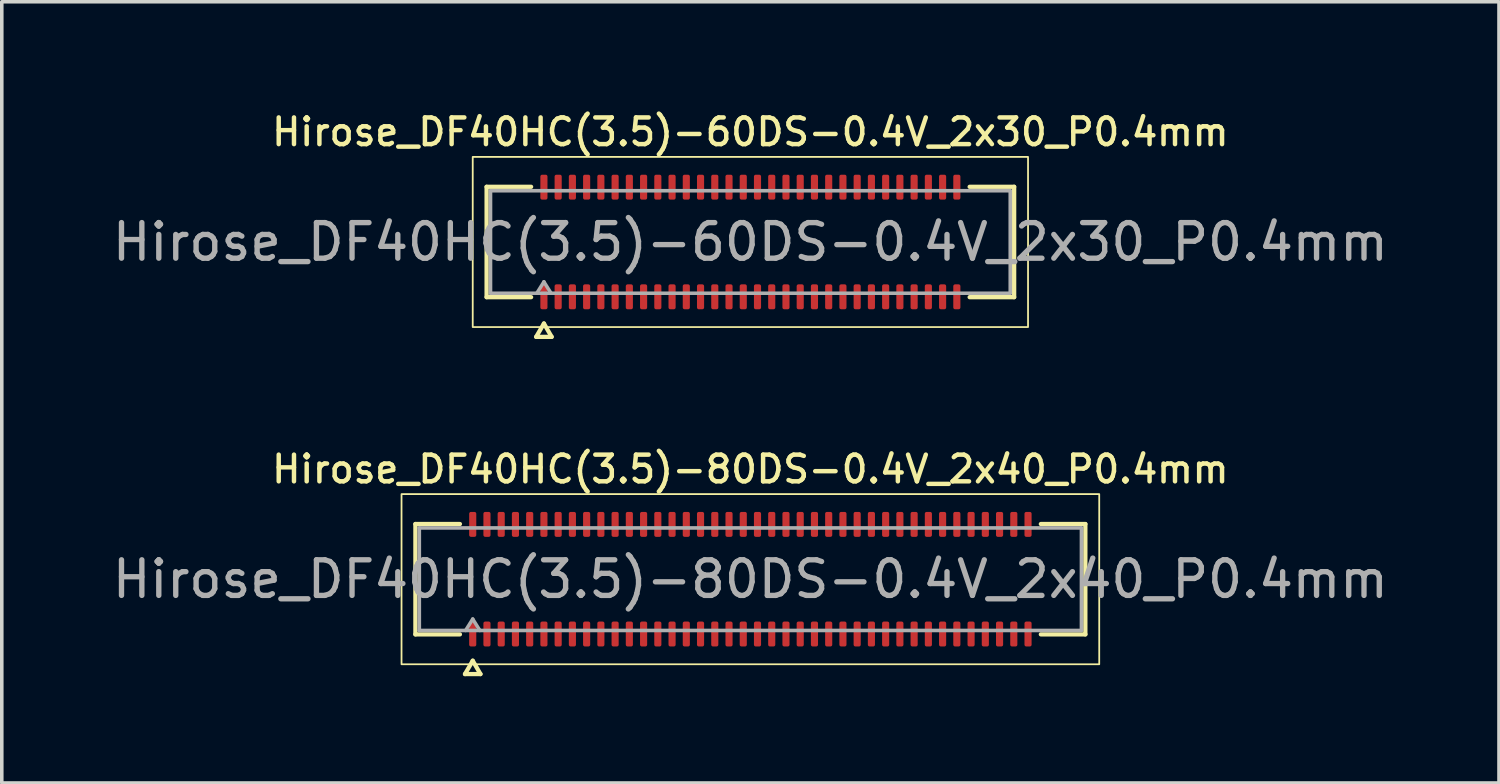
<source format=kicad_pcb>
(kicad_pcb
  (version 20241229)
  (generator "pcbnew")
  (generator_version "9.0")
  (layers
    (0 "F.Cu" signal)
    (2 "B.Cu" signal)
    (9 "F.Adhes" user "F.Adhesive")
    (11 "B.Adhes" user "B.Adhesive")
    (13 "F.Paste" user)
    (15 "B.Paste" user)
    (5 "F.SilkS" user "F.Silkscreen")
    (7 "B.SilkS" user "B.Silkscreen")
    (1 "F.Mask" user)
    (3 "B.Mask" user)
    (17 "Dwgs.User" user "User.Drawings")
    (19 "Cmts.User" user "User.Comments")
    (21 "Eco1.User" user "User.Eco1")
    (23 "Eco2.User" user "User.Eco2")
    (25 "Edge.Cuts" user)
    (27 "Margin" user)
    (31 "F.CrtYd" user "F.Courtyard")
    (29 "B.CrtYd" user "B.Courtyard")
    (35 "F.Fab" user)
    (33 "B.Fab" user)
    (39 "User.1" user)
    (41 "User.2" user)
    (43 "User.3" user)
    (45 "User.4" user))
  (footprint "Hirose_DF40HC(3.5)-60DS-0.4V_2x30_P0.4mm"
    (layer "F.Cu")
    (at 18.03 3.748)
    (property "Reference" "Hirose_DF40HC(3.5)-60DS-0.4V_2x30_P0.4mm" (at 0 -3.09 0) (layer "F.SilkS") (effects (font (size 0.75 0.75) (thickness 0.125))))
    (attr smd)
    (fp_line (start -7.41 -1.55) (end -6.16 -1.55) (stroke (width 0.12) (type solid)) (layer "F.SilkS"))
    (fp_line (start -7.41 1.55) (end -7.41 -1.55) (stroke (width 0.12) (type solid)) (layer "F.SilkS"))
    (fp_line (start -6.16 1.55) (end -7.41 1.55) (stroke (width 0.12) (type solid)) (layer "F.SilkS"))
    (fp_line (start -6.017 2.665) (end -5.8 2.29) (stroke (width 0.12) (type solid)) (layer "F.SilkS"))
    (fp_line (start -5.8 2.29) (end -5.583 2.665) (stroke (width 0.12) (type solid)) (layer "F.SilkS"))
    (fp_line (start -5.583 2.665) (end -6.017 2.665) (stroke (width 0.12) (type solid)) (layer "F.SilkS"))
    (fp_line (start 6.16 -1.55) (end 7.41 -1.55) (stroke (width 0.12) (type solid)) (layer "F.SilkS"))
    (fp_line (start 7.41 -1.55) (end 7.41 1.55) (stroke (width 0.12) (type solid)) (layer "F.SilkS"))
    (fp_line (start 7.41 1.55) (end 6.16 1.55) (stroke (width 0.12) (type solid)) (layer "F.SilkS"))
    (fp_rect (start -7.8 -2.39) (end 7.8 2.39) (stroke (width 0.05) (type solid)) (fill no) (layer "F.SilkS"))
    (fp_line (start -7.3 -1.44) (end 7.3 -1.44) (stroke (width 0.1) (type solid)) (layer "F.Fab"))
    (fp_line (start -7.3 1.44) (end -7.3 -1.44) (stroke (width 0.1) (type solid)) (layer "F.Fab"))
    (fp_line (start -6 1.44) (end -5.8 1.12) (stroke (width 0.1) (type solid)) (layer "F.Fab"))
    (fp_line (start -5.8 1.12) (end -5.6 1.44) (stroke (width 0.1) (type solid)) (layer "F.Fab"))
    (fp_line (start 7.3 -1.44) (end 7.3 1.44) (stroke (width 0.1) (type solid)) (layer "F.Fab"))
    (fp_line (start 7.3 1.44) (end -7.3 1.44) (stroke (width 0.1) (type solid)) (layer "F.Fab"))
    (fp_text user "${REFERENCE}" (at 0 0 0) (layer "F.Fab") (effects (font (size 1 1) (thickness 0.15))))
    (pad "1" smd roundrect (at -5.8 1.54) (size 0.2 0.7) (layers "F.Cu" "F.Mask" "F.Paste") (roundrect_rratio 0.25))
    (pad "2" smd roundrect (at -5.8 -1.54) (size 0.2 0.7) (layers "F.Cu" "F.Mask" "F.Paste") (roundrect_rratio 0.25))
    (pad "3" smd roundrect (at -5.4 1.54) (size 0.2 0.7) (layers "F.Cu" "F.Mask" "F.Paste") (roundrect_rratio 0.25))
    (pad "4" smd roundrect (at -5.4 -1.54) (size 0.2 0.7) (layers "F.Cu" "F.Mask" "F.Paste") (roundrect_rratio 0.25))
    (pad "5" smd roundrect (at -5 1.54) (size 0.2 0.7) (layers "F.Cu" "F.Mask" "F.Paste") (roundrect_rratio 0.25))
    (pad "6" smd roundrect (at -5 -1.54) (size 0.2 0.7) (layers "F.Cu" "F.Mask" "F.Paste") (roundrect_rratio 0.25))
    (pad "7" smd roundrect (at -4.6 1.54) (size 0.2 0.7) (layers "F.Cu" "F.Mask" "F.Paste") (roundrect_rratio 0.25))
    (pad "8" smd roundrect (at -4.6 -1.54) (size 0.2 0.7) (layers "F.Cu" "F.Mask" "F.Paste") (roundrect_rratio 0.25))
    (pad "9" smd roundrect (at -4.2 1.54) (size 0.2 0.7) (layers "F.Cu" "F.Mask" "F.Paste") (roundrect_rratio 0.25))
    (pad "10" smd roundrect (at -4.2 -1.54) (size 0.2 0.7) (layers "F.Cu" "F.Mask" "F.Paste") (roundrect_rratio 0.25))
    (pad "11" smd roundrect (at -3.8 1.54) (size 0.2 0.7) (layers "F.Cu" "F.Mask" "F.Paste") (roundrect_rratio 0.25))
    (pad "12" smd roundrect (at -3.8 -1.54) (size 0.2 0.7) (layers "F.Cu" "F.Mask" "F.Paste") (roundrect_rratio 0.25))
    (pad "13" smd roundrect (at -3.4 1.54) (size 0.2 0.7) (layers "F.Cu" "F.Mask" "F.Paste") (roundrect_rratio 0.25))
    (pad "14" smd roundrect (at -3.4 -1.54) (size 0.2 0.7) (layers "F.Cu" "F.Mask" "F.Paste") (roundrect_rratio 0.25))
    (pad "15" smd roundrect (at -3 1.54) (size 0.2 0.7) (layers "F.Cu" "F.Mask" "F.Paste") (roundrect_rratio 0.25))
    (pad "16" smd roundrect (at -3 -1.54) (size 0.2 0.7) (layers "F.Cu" "F.Mask" "F.Paste") (roundrect_rratio 0.25))
    (pad "17" smd roundrect (at -2.6 1.54) (size 0.2 0.7) (layers "F.Cu" "F.Mask" "F.Paste") (roundrect_rratio 0.25))
    (pad "18" smd roundrect (at -2.6 -1.54) (size 0.2 0.7) (layers "F.Cu" "F.Mask" "F.Paste") (roundrect_rratio 0.25))
    (pad "19" smd roundrect (at -2.2 1.54) (size 0.2 0.7) (layers "F.Cu" "F.Mask" "F.Paste") (roundrect_rratio 0.25))
    (pad "20" smd roundrect (at -2.2 -1.54) (size 0.2 0.7) (layers "F.Cu" "F.Mask" "F.Paste") (roundrect_rratio 0.25))
    (pad "21" smd roundrect (at -1.8 1.54) (size 0.2 0.7) (layers "F.Cu" "F.Mask" "F.Paste") (roundrect_rratio 0.25))
    (pad "22" smd roundrect (at -1.8 -1.54) (size 0.2 0.7) (layers "F.Cu" "F.Mask" "F.Paste") (roundrect_rratio 0.25))
    (pad "23" smd roundrect (at -1.4 1.54) (size 0.2 0.7) (layers "F.Cu" "F.Mask" "F.Paste") (roundrect_rratio 0.25))
    (pad "24" smd roundrect (at -1.4 -1.54) (size 0.2 0.7) (layers "F.Cu" "F.Mask" "F.Paste") (roundrect_rratio 0.25))
    (pad "25" smd roundrect (at -1 1.54) (size 0.2 0.7) (layers "F.Cu" "F.Mask" "F.Paste") (roundrect_rratio 0.25))
    (pad "26" smd roundrect (at -1 -1.54) (size 0.2 0.7) (layers "F.Cu" "F.Mask" "F.Paste") (roundrect_rratio 0.25))
    (pad "27" smd roundrect (at -0.6 1.54) (size 0.2 0.7) (layers "F.Cu" "F.Mask" "F.Paste") (roundrect_rratio 0.25))
    (pad "28" smd roundrect (at -0.6 -1.54) (size 0.2 0.7) (layers "F.Cu" "F.Mask" "F.Paste") (roundrect_rratio 0.25))
    (pad "29" smd roundrect (at -0.2 1.54) (size 0.2 0.7) (layers "F.Cu" "F.Mask" "F.Paste") (roundrect_rratio 0.25))
    (pad "30" smd roundrect (at -0.2 -1.54) (size 0.2 0.7) (layers "F.Cu" "F.Mask" "F.Paste") (roundrect_rratio 0.25))
    (pad "31" smd roundrect (at 0.2 1.54) (size 0.2 0.7) (layers "F.Cu" "F.Mask" "F.Paste") (roundrect_rratio 0.25))
    (pad "32" smd roundrect (at 0.2 -1.54) (size 0.2 0.7) (layers "F.Cu" "F.Mask" "F.Paste") (roundrect_rratio 0.25))
    (pad "33" smd roundrect (at 0.6 1.54) (size 0.2 0.7) (layers "F.Cu" "F.Mask" "F.Paste") (roundrect_rratio 0.25))
    (pad "34" smd roundrect (at 0.6 -1.54) (size 0.2 0.7) (layers "F.Cu" "F.Mask" "F.Paste") (roundrect_rratio 0.25))
    (pad "35" smd roundrect (at 1 1.54) (size 0.2 0.7) (layers "F.Cu" "F.Mask" "F.Paste") (roundrect_rratio 0.25))
    (pad "36" smd roundrect (at 1 -1.54) (size 0.2 0.7) (layers "F.Cu" "F.Mask" "F.Paste") (roundrect_rratio 0.25))
    (pad "37" smd roundrect (at 1.4 1.54) (size 0.2 0.7) (layers "F.Cu" "F.Mask" "F.Paste") (roundrect_rratio 0.25))
    (pad "38" smd roundrect (at 1.4 -1.54) (size 0.2 0.7) (layers "F.Cu" "F.Mask" "F.Paste") (roundrect_rratio 0.25))
    (pad "39" smd roundrect (at 1.8 1.54) (size 0.2 0.7) (layers "F.Cu" "F.Mask" "F.Paste") (roundrect_rratio 0.25))
    (pad "40" smd roundrect (at 1.8 -1.54) (size 0.2 0.7) (layers "F.Cu" "F.Mask" "F.Paste") (roundrect_rratio 0.25))
    (pad "41" smd roundrect (at 2.2 1.54) (size 0.2 0.7) (layers "F.Cu" "F.Mask" "F.Paste") (roundrect_rratio 0.25))
    (pad "42" smd roundrect (at 2.2 -1.54) (size 0.2 0.7) (layers "F.Cu" "F.Mask" "F.Paste") (roundrect_rratio 0.25))
    (pad "43" smd roundrect (at 2.6 1.54) (size 0.2 0.7) (layers "F.Cu" "F.Mask" "F.Paste") (roundrect_rratio 0.25))
    (pad "44" smd roundrect (at 2.6 -1.54) (size 0.2 0.7) (layers "F.Cu" "F.Mask" "F.Paste") (roundrect_rratio 0.25))
    (pad "45" smd roundrect (at 3 1.54) (size 0.2 0.7) (layers "F.Cu" "F.Mask" "F.Paste") (roundrect_rratio 0.25))
    (pad "46" smd roundrect (at 3 -1.54) (size 0.2 0.7) (layers "F.Cu" "F.Mask" "F.Paste") (roundrect_rratio 0.25))
    (pad "47" smd roundrect (at 3.4 1.54) (size 0.2 0.7) (layers "F.Cu" "F.Mask" "F.Paste") (roundrect_rratio 0.25))
    (pad "48" smd roundrect (at 3.4 -1.54) (size 0.2 0.7) (layers "F.Cu" "F.Mask" "F.Paste") (roundrect_rratio 0.25))
    (pad "49" smd roundrect (at 3.8 1.54) (size 0.2 0.7) (layers "F.Cu" "F.Mask" "F.Paste") (roundrect_rratio 0.25))
    (pad "50" smd roundrect (at 3.8 -1.54) (size 0.2 0.7) (layers "F.Cu" "F.Mask" "F.Paste") (roundrect_rratio 0.25))
    (pad "51" smd roundrect (at 4.2 1.54) (size 0.2 0.7) (layers "F.Cu" "F.Mask" "F.Paste") (roundrect_rratio 0.25))
    (pad "52" smd roundrect (at 4.2 -1.54) (size 0.2 0.7) (layers "F.Cu" "F.Mask" "F.Paste") (roundrect_rratio 0.25))
    (pad "53" smd roundrect (at 4.6 1.54) (size 0.2 0.7) (layers "F.Cu" "F.Mask" "F.Paste") (roundrect_rratio 0.25))
    (pad "54" smd roundrect (at 4.6 -1.54) (size 0.2 0.7) (layers "F.Cu" "F.Mask" "F.Paste") (roundrect_rratio 0.25))
    (pad "55" smd roundrect (at 5 1.54) (size 0.2 0.7) (layers "F.Cu" "F.Mask" "F.Paste") (roundrect_rratio 0.25))
    (pad "56" smd roundrect (at 5 -1.54) (size 0.2 0.7) (layers "F.Cu" "F.Mask" "F.Paste") (roundrect_rratio 0.25))
    (pad "57" smd roundrect (at 5.4 1.54) (size 0.2 0.7) (layers "F.Cu" "F.Mask" "F.Paste") (roundrect_rratio 0.25))
    (pad "58" smd roundrect (at 5.4 -1.54) (size 0.2 0.7) (layers "F.Cu" "F.Mask" "F.Paste") (roundrect_rratio 0.25))
    (pad "59" smd roundrect (at 5.8 1.54) (size 0.2 0.7) (layers "F.Cu" "F.Mask" "F.Paste") (roundrect_rratio 0.25))
    (pad "60" smd roundrect (at 5.8 -1.54) (size 0.2 0.7) (layers "F.Cu" "F.Mask" "F.Paste") (roundrect_rratio 0.25)))
  (footprint "Hirose_DF40HC(3.5)-80DS-0.4V_2x40_P0.4mm"
    (layer "F.Cu")
    (at 18.03 13.221)
    (property "Reference" "Hirose_DF40HC(3.5)-80DS-0.4V_2x40_P0.4mm" (at 0 -3.09 0) (layer "F.SilkS") (effects (font (size 0.75 0.75) (thickness 0.125))))
    (attr smd)
    (fp_line (start -9.41 -1.55) (end -8.16 -1.55) (stroke (width 0.12) (type solid)) (layer "F.SilkS"))
    (fp_line (start -9.41 1.55) (end -9.41 -1.55) (stroke (width 0.12) (type solid)) (layer "F.SilkS"))
    (fp_line (start -8.16 1.55) (end -9.41 1.55) (stroke (width 0.12) (type solid)) (layer "F.SilkS"))
    (fp_line (start -8.017 2.665) (end -7.8 2.29) (stroke (width 0.12) (type solid)) (layer "F.SilkS"))
    (fp_line (start -7.8 2.29) (end -7.583 2.665) (stroke (width 0.12) (type solid)) (layer "F.SilkS"))
    (fp_line (start -7.583 2.665) (end -8.017 2.665) (stroke (width 0.12) (type solid)) (layer "F.SilkS"))
    (fp_line (start 8.16 -1.55) (end 9.41 -1.55) (stroke (width 0.12) (type solid)) (layer "F.SilkS"))
    (fp_line (start 9.41 -1.55) (end 9.41 1.55) (stroke (width 0.12) (type solid)) (layer "F.SilkS"))
    (fp_line (start 9.41 1.55) (end 8.16 1.55) (stroke (width 0.12) (type solid)) (layer "F.SilkS"))
    (fp_rect (start -9.8 -2.39) (end 9.8 2.39) (stroke (width 0.05) (type solid)) (fill no) (layer "F.SilkS"))
    (fp_line (start -9.3 -1.44) (end 9.3 -1.44) (stroke (width 0.1) (type solid)) (layer "F.Fab"))
    (fp_line (start -9.3 1.44) (end -9.3 -1.44) (stroke (width 0.1) (type solid)) (layer "F.Fab"))
    (fp_line (start -8 1.44) (end -7.8 1.12) (stroke (width 0.1) (type solid)) (layer "F.Fab"))
    (fp_line (start -7.8 1.12) (end -7.6 1.44) (stroke (width 0.1) (type solid)) (layer "F.Fab"))
    (fp_line (start 9.3 -1.44) (end 9.3 1.44) (stroke (width 0.1) (type solid)) (layer "F.Fab"))
    (fp_line (start 9.3 1.44) (end -9.3 1.44) (stroke (width 0.1) (type solid)) (layer "F.Fab"))
    (fp_text user "${REFERENCE}" (at 0 0 0) (layer "F.Fab") (effects (font (size 1 1) (thickness 0.15))))
    (pad "1" smd roundrect (at -7.8 1.54) (size 0.2 0.7) (layers "F.Cu" "F.Mask" "F.Paste") (roundrect_rratio 0.25))
    (pad "2" smd roundrect (at -7.8 -1.54) (size 0.2 0.7) (layers "F.Cu" "F.Mask" "F.Paste") (roundrect_rratio 0.25))
    (pad "3" smd roundrect (at -7.4 1.54) (size 0.2 0.7) (layers "F.Cu" "F.Mask" "F.Paste") (roundrect_rratio 0.25))
    (pad "4" smd roundrect (at -7.4 -1.54) (size 0.2 0.7) (layers "F.Cu" "F.Mask" "F.Paste") (roundrect_rratio 0.25))
    (pad "5" smd roundrect (at -7 1.54) (size 0.2 0.7) (layers "F.Cu" "F.Mask" "F.Paste") (roundrect_rratio 0.25))
    (pad "6" smd roundrect (at -7 -1.54) (size 0.2 0.7) (layers "F.Cu" "F.Mask" "F.Paste") (roundrect_rratio 0.25))
    (pad "7" smd roundrect (at -6.6 1.54) (size 0.2 0.7) (layers "F.Cu" "F.Mask" "F.Paste") (roundrect_rratio 0.25))
    (pad "8" smd roundrect (at -6.6 -1.54) (size 0.2 0.7) (layers "F.Cu" "F.Mask" "F.Paste") (roundrect_rratio 0.25))
    (pad "9" smd roundrect (at -6.2 1.54) (size 0.2 0.7) (layers "F.Cu" "F.Mask" "F.Paste") (roundrect_rratio 0.25))
    (pad "10" smd roundrect (at -6.2 -1.54) (size 0.2 0.7) (layers "F.Cu" "F.Mask" "F.Paste") (roundrect_rratio 0.25))
    (pad "11" smd roundrect (at -5.8 1.54) (size 0.2 0.7) (layers "F.Cu" "F.Mask" "F.Paste") (roundrect_rratio 0.25))
    (pad "12" smd roundrect (at -5.8 -1.54) (size 0.2 0.7) (layers "F.Cu" "F.Mask" "F.Paste") (roundrect_rratio 0.25))
    (pad "13" smd roundrect (at -5.4 1.54) (size 0.2 0.7) (layers "F.Cu" "F.Mask" "F.Paste") (roundrect_rratio 0.25))
    (pad "14" smd roundrect (at -5.4 -1.54) (size 0.2 0.7) (layers "F.Cu" "F.Mask" "F.Paste") (roundrect_rratio 0.25))
    (pad "15" smd roundrect (at -5 1.54) (size 0.2 0.7) (layers "F.Cu" "F.Mask" "F.Paste") (roundrect_rratio 0.25))
    (pad "16" smd roundrect (at -5 -1.54) (size 0.2 0.7) (layers "F.Cu" "F.Mask" "F.Paste") (roundrect_rratio 0.25))
    (pad "17" smd roundrect (at -4.6 1.54) (size 0.2 0.7) (layers "F.Cu" "F.Mask" "F.Paste") (roundrect_rratio 0.25))
    (pad "18" smd roundrect (at -4.6 -1.54) (size 0.2 0.7) (layers "F.Cu" "F.Mask" "F.Paste") (roundrect_rratio 0.25))
    (pad "19" smd roundrect (at -4.2 1.54) (size 0.2 0.7) (layers "F.Cu" "F.Mask" "F.Paste") (roundrect_rratio 0.25))
    (pad "20" smd roundrect (at -4.2 -1.54) (size 0.2 0.7) (layers "F.Cu" "F.Mask" "F.Paste") (roundrect_rratio 0.25))
    (pad "21" smd roundrect (at -3.8 1.54) (size 0.2 0.7) (layers "F.Cu" "F.Mask" "F.Paste") (roundrect_rratio 0.25))
    (pad "22" smd roundrect (at -3.8 -1.54) (size 0.2 0.7) (layers "F.Cu" "F.Mask" "F.Paste") (roundrect_rratio 0.25))
    (pad "23" smd roundrect (at -3.4 1.54) (size 0.2 0.7) (layers "F.Cu" "F.Mask" "F.Paste") (roundrect_rratio 0.25))
    (pad "24" smd roundrect (at -3.4 -1.54) (size 0.2 0.7) (layers "F.Cu" "F.Mask" "F.Paste") (roundrect_rratio 0.25))
    (pad "25" smd roundrect (at -3 1.54) (size 0.2 0.7) (layers "F.Cu" "F.Mask" "F.Paste") (roundrect_rratio 0.25))
    (pad "26" smd roundrect (at -3 -1.54) (size 0.2 0.7) (layers "F.Cu" "F.Mask" "F.Paste") (roundrect_rratio 0.25))
    (pad "27" smd roundrect (at -2.6 1.54) (size 0.2 0.7) (layers "F.Cu" "F.Mask" "F.Paste") (roundrect_rratio 0.25))
    (pad "28" smd roundrect (at -2.6 -1.54) (size 0.2 0.7) (layers "F.Cu" "F.Mask" "F.Paste") (roundrect_rratio 0.25))
    (pad "29" smd roundrect (at -2.2 1.54) (size 0.2 0.7) (layers "F.Cu" "F.Mask" "F.Paste") (roundrect_rratio 0.25))
    (pad "30" smd roundrect (at -2.2 -1.54) (size 0.2 0.7) (layers "F.Cu" "F.Mask" "F.Paste") (roundrect_rratio 0.25))
    (pad "31" smd roundrect (at -1.8 1.54) (size 0.2 0.7) (layers "F.Cu" "F.Mask" "F.Paste") (roundrect_rratio 0.25))
    (pad "32" smd roundrect (at -1.8 -1.54) (size 0.2 0.7) (layers "F.Cu" "F.Mask" "F.Paste") (roundrect_rratio 0.25))
    (pad "33" smd roundrect (at -1.4 1.54) (size 0.2 0.7) (layers "F.Cu" "F.Mask" "F.Paste") (roundrect_rratio 0.25))
    (pad "34" smd roundrect (at -1.4 -1.54) (size 0.2 0.7) (layers "F.Cu" "F.Mask" "F.Paste") (roundrect_rratio 0.25))
    (pad "35" smd roundrect (at -1 1.54) (size 0.2 0.7) (layers "F.Cu" "F.Mask" "F.Paste") (roundrect_rratio 0.25))
    (pad "36" smd roundrect (at -1 -1.54) (size 0.2 0.7) (layers "F.Cu" "F.Mask" "F.Paste") (roundrect_rratio 0.25))
    (pad "37" smd roundrect (at -0.6 1.54) (size 0.2 0.7) (layers "F.Cu" "F.Mask" "F.Paste") (roundrect_rratio 0.25))
    (pad "38" smd roundrect (at -0.6 -1.54) (size 0.2 0.7) (layers "F.Cu" "F.Mask" "F.Paste") (roundrect_rratio 0.25))
    (pad "39" smd roundrect (at -0.2 1.54) (size 0.2 0.7) (layers "F.Cu" "F.Mask" "F.Paste") (roundrect_rratio 0.25))
    (pad "40" smd roundrect (at -0.2 -1.54) (size 0.2 0.7) (layers "F.Cu" "F.Mask" "F.Paste") (roundrect_rratio 0.25))
    (pad "41" smd roundrect (at 0.2 1.54) (size 0.2 0.7) (layers "F.Cu" "F.Mask" "F.Paste") (roundrect_rratio 0.25))
    (pad "42" smd roundrect (at 0.2 -1.54) (size 0.2 0.7) (layers "F.Cu" "F.Mask" "F.Paste") (roundrect_rratio 0.25))
    (pad "43" smd roundrect (at 0.6 1.54) (size 0.2 0.7) (layers "F.Cu" "F.Mask" "F.Paste") (roundrect_rratio 0.25))
    (pad "44" smd roundrect (at 0.6 -1.54) (size 0.2 0.7) (layers "F.Cu" "F.Mask" "F.Paste") (roundrect_rratio 0.25))
    (pad "45" smd roundrect (at 1 1.54) (size 0.2 0.7) (layers "F.Cu" "F.Mask" "F.Paste") (roundrect_rratio 0.25))
    (pad "46" smd roundrect (at 1 -1.54) (size 0.2 0.7) (layers "F.Cu" "F.Mask" "F.Paste") (roundrect_rratio 0.25))
    (pad "47" smd roundrect (at 1.4 1.54) (size 0.2 0.7) (layers "F.Cu" "F.Mask" "F.Paste") (roundrect_rratio 0.25))
    (pad "48" smd roundrect (at 1.4 -1.54) (size 0.2 0.7) (layers "F.Cu" "F.Mask" "F.Paste") (roundrect_rratio 0.25))
    (pad "49" smd roundrect (at 1.8 1.54) (size 0.2 0.7) (layers "F.Cu" "F.Mask" "F.Paste") (roundrect_rratio 0.25))
    (pad "50" smd roundrect (at 1.8 -1.54) (size 0.2 0.7) (layers "F.Cu" "F.Mask" "F.Paste") (roundrect_rratio 0.25))
    (pad "51" smd roundrect (at 2.2 1.54) (size 0.2 0.7) (layers "F.Cu" "F.Mask" "F.Paste") (roundrect_rratio 0.25))
    (pad "52" smd roundrect (at 2.2 -1.54) (size 0.2 0.7) (layers "F.Cu" "F.Mask" "F.Paste") (roundrect_rratio 0.25))
    (pad "53" smd roundrect (at 2.6 1.54) (size 0.2 0.7) (layers "F.Cu" "F.Mask" "F.Paste") (roundrect_rratio 0.25))
    (pad "54" smd roundrect (at 2.6 -1.54) (size 0.2 0.7) (layers "F.Cu" "F.Mask" "F.Paste") (roundrect_rratio 0.25))
    (pad "55" smd roundrect (at 3 1.54) (size 0.2 0.7) (layers "F.Cu" "F.Mask" "F.Paste") (roundrect_rratio 0.25))
    (pad "56" smd roundrect (at 3 -1.54) (size 0.2 0.7) (layers "F.Cu" "F.Mask" "F.Paste") (roundrect_rratio 0.25))
    (pad "57" smd roundrect (at 3.4 1.54) (size 0.2 0.7) (layers "F.Cu" "F.Mask" "F.Paste") (roundrect_rratio 0.25))
    (pad "58" smd roundrect (at 3.4 -1.54) (size 0.2 0.7) (layers "F.Cu" "F.Mask" "F.Paste") (roundrect_rratio 0.25))
    (pad "59" smd roundrect (at 3.8 1.54) (size 0.2 0.7) (layers "F.Cu" "F.Mask" "F.Paste") (roundrect_rratio 0.25))
    (pad "60" smd roundrect (at 3.8 -1.54) (size 0.2 0.7) (layers "F.Cu" "F.Mask" "F.Paste") (roundrect_rratio 0.25))
    (pad "61" smd roundrect (at 4.2 1.54) (size 0.2 0.7) (layers "F.Cu" "F.Mask" "F.Paste") (roundrect_rratio 0.25))
    (pad "62" smd roundrect (at 4.2 -1.54) (size 0.2 0.7) (layers "F.Cu" "F.Mask" "F.Paste") (roundrect_rratio 0.25))
    (pad "63" smd roundrect (at 4.6 1.54) (size 0.2 0.7) (layers "F.Cu" "F.Mask" "F.Paste") (roundrect_rratio 0.25))
    (pad "64" smd roundrect (at 4.6 -1.54) (size 0.2 0.7) (layers "F.Cu" "F.Mask" "F.Paste") (roundrect_rratio 0.25))
    (pad "65" smd roundrect (at 5 1.54) (size 0.2 0.7) (layers "F.Cu" "F.Mask" "F.Paste") (roundrect_rratio 0.25))
    (pad "66" smd roundrect (at 5 -1.54) (size 0.2 0.7) (layers "F.Cu" "F.Mask" "F.Paste") (roundrect_rratio 0.25))
    (pad "67" smd roundrect (at 5.4 1.54) (size 0.2 0.7) (layers "F.Cu" "F.Mask" "F.Paste") (roundrect_rratio 0.25))
    (pad "68" smd roundrect (at 5.4 -1.54) (size 0.2 0.7) (layers "F.Cu" "F.Mask" "F.Paste") (roundrect_rratio 0.25))
    (pad "69" smd roundrect (at 5.8 1.54) (size 0.2 0.7) (layers "F.Cu" "F.Mask" "F.Paste") (roundrect_rratio 0.25))
    (pad "70" smd roundrect (at 5.8 -1.54) (size 0.2 0.7) (layers "F.Cu" "F.Mask" "F.Paste") (roundrect_rratio 0.25))
    (pad "71" smd roundrect (at 6.2 1.54) (size 0.2 0.7) (layers "F.Cu" "F.Mask" "F.Paste") (roundrect_rratio 0.25))
    (pad "72" smd roundrect (at 6.2 -1.54) (size 0.2 0.7) (layers "F.Cu" "F.Mask" "F.Paste") (roundrect_rratio 0.25))
    (pad "73" smd roundrect (at 6.6 1.54) (size 0.2 0.7) (layers "F.Cu" "F.Mask" "F.Paste") (roundrect_rratio 0.25))
    (pad "74" smd roundrect (at 6.6 -1.54) (size 0.2 0.7) (layers "F.Cu" "F.Mask" "F.Paste") (roundrect_rratio 0.25))
    (pad "75" smd roundrect (at 7 1.54) (size 0.2 0.7) (layers "F.Cu" "F.Mask" "F.Paste") (roundrect_rratio 0.25))
    (pad "76" smd roundrect (at 7 -1.54) (size 0.2 0.7) (layers "F.Cu" "F.Mask" "F.Paste") (roundrect_rratio 0.25))
    (pad "77" smd roundrect (at 7.4 1.54) (size 0.2 0.7) (layers "F.Cu" "F.Mask" "F.Paste") (roundrect_rratio 0.25))
    (pad "78" smd roundrect (at 7.4 -1.54) (size 0.2 0.7) (layers "F.Cu" "F.Mask" "F.Paste") (roundrect_rratio 0.25))
    (pad "79" smd roundrect (at 7.8 1.54) (size 0.2 0.7) (layers "F.Cu" "F.Mask" "F.Paste") (roundrect_rratio 0.25))
    (pad "80" smd roundrect (at 7.8 -1.54) (size 0.2 0.7) (layers "F.Cu" "F.Mask" "F.Paste") (roundrect_rratio 0.25)))
  (gr_rect
    (start -3 -3)
    (end 39.06 18.946)
    (stroke (width 0.1) (type default))
    (fill no)
    (layer "Edge.Cuts")))
</source>
